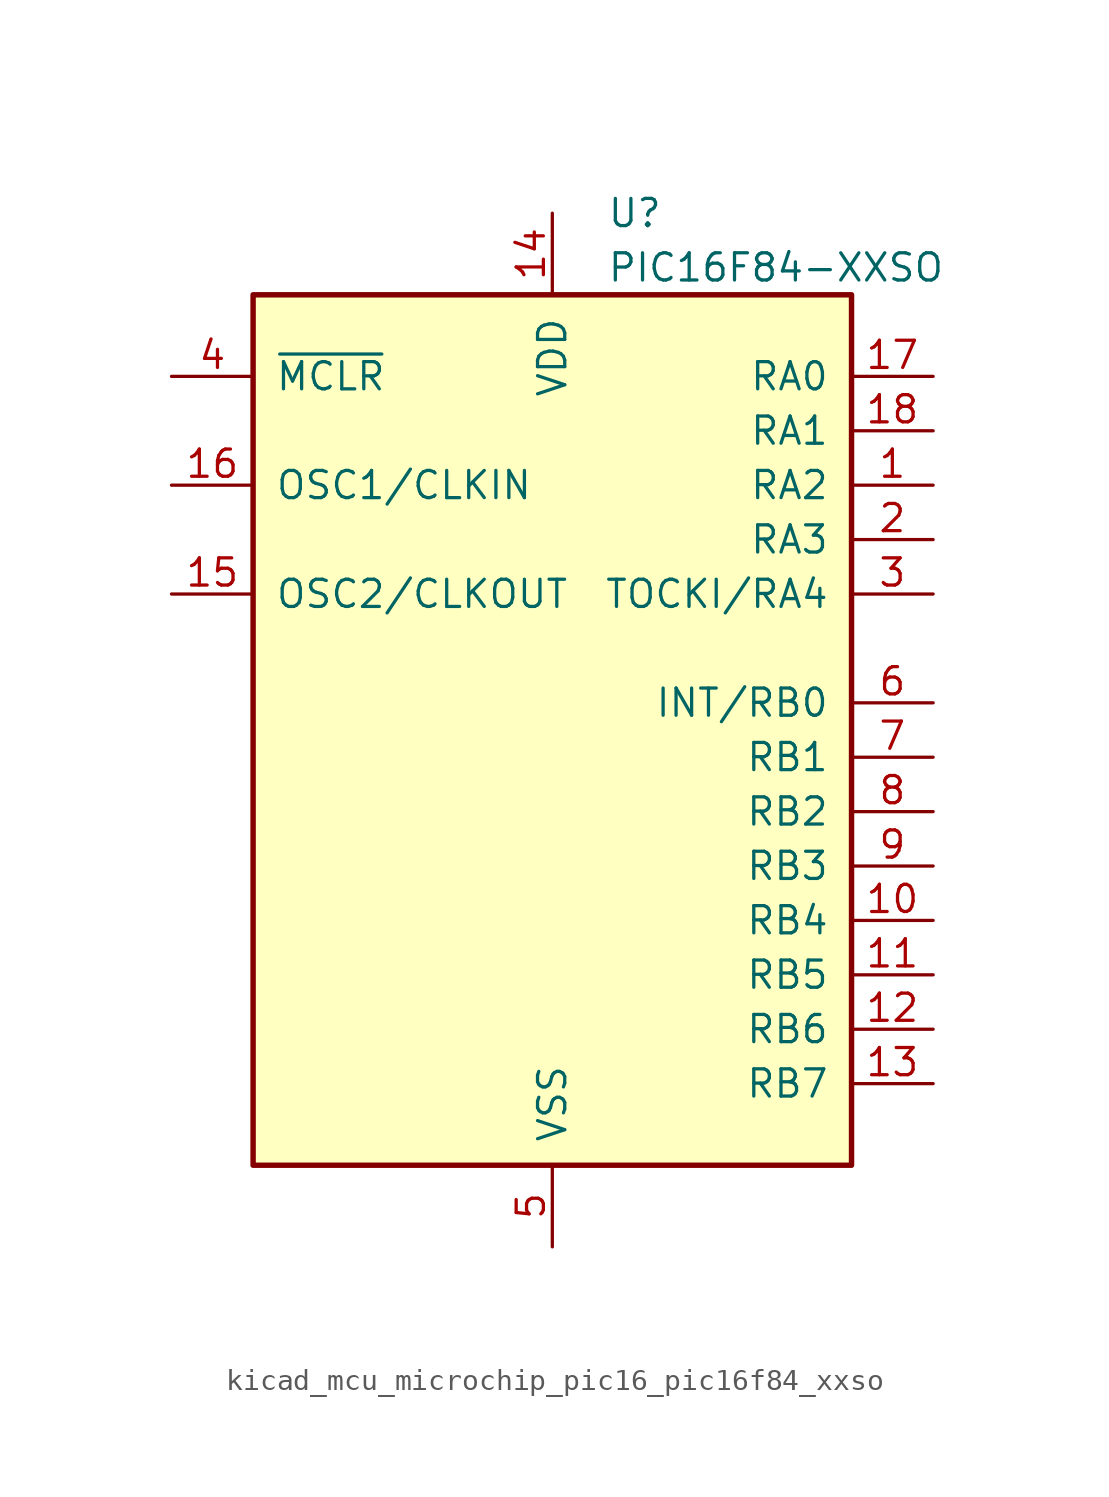
<source format=kicad_sym>
(kicad_symbol_lib
  (version 20220914)
  (generator kicad_symbol_editor)
  (symbol "kicad_mcu_microchip_pic16_pic16f84_xxso"
    (pin_names
      (offset 1.016))
    (property "Reference" "U"
      (at 2.54 22.86 0)
      (effects (font (size 1.27 1.27)) (justify left)))
    (property "Value" "PIC16F84-XXSO"
      (at 2.54 20.32 0)
      (effects (font (size 1.27 1.27)) (justify left)))
    (symbol "kicad_mcu_microchip_pic16_pic16f84_xxso_0_1"
      (rectangle (start -13.97 19.05) (end 13.97 -21.59) (stroke (width 0.254) (type default)) (fill (type background))))
    (symbol "kicad_mcu_microchip_pic16_pic16f84_xxso_1_1"
      (pin bidirectional line (at 17.78 10.16 180) (length 3.81) (name "RA2" (effects (font (size 1.27 1.27)))) (number "1" (effects (font (size 1.27 1.27)))))
      (pin bidirectional line (at 17.78 -10.16 180) (length 3.81) (name "RB4" (effects (font (size 1.27 1.27)))) (number "10" (effects (font (size 1.27 1.27)))))
      (pin bidirectional line (at 17.78 -12.7 180) (length 3.81) (name "RB5" (effects (font (size 1.27 1.27)))) (number "11" (effects (font (size 1.27 1.27)))))
      (pin bidirectional line (at 17.78 -15.24 180) (length 3.81) (name "RB6" (effects (font (size 1.27 1.27)))) (number "12" (effects (font (size 1.27 1.27)))))
      (pin bidirectional line (at 17.78 -17.78 180) (length 3.81) (name "RB7" (effects (font (size 1.27 1.27)))) (number "13" (effects (font (size 1.27 1.27)))))
      (pin power_in line (at 0 22.86 270) (length 3.81) (name "VDD" (effects (font (size 1.27 1.27)))) (number "14" (effects (font (size 1.27 1.27)))))
      (pin output line (at -17.78 5.08 0) (length 3.81) (name "OSC2/CLKOUT" (effects (font (size 1.27 1.27)))) (number "15" (effects (font (size 1.27 1.27)))))
      (pin input line (at -17.78 10.16 0) (length 3.81) (name "OSC1/CLKIN" (effects (font (size 1.27 1.27)))) (number "16" (effects (font (size 1.27 1.27)))))
      (pin bidirectional line (at 17.78 15.24 180) (length 3.81) (name "RA0" (effects (font (size 1.27 1.27)))) (number "17" (effects (font (size 1.27 1.27)))))
      (pin bidirectional line (at 17.78 12.7 180) (length 3.81) (name "RA1" (effects (font (size 1.27 1.27)))) (number "18" (effects (font (size 1.27 1.27)))))
      (pin bidirectional line (at 17.78 7.62 180) (length 3.81) (name "RA3" (effects (font (size 1.27 1.27)))) (number "2" (effects (font (size 1.27 1.27)))))
      (pin bidirectional line (at 17.78 5.08 180) (length 3.81) (name "TOCKI/RA4" (effects (font (size 1.27 1.27)))) (number "3" (effects (font (size 1.27 1.27)))))
      (pin input line (at -17.78 15.24 0) (length 3.81) (name "~{MCLR}" (effects (font (size 1.27 1.27)))) (number "4" (effects (font (size 1.27 1.27)))))
      (pin power_in line (at 0 -25.4 90) (length 3.81) (name "VSS" (effects (font (size 1.27 1.27)))) (number "5" (effects (font (size 1.27 1.27)))))
      (pin bidirectional line (at 17.78 0 180) (length 3.81) (name "INT/RB0" (effects (font (size 1.27 1.27)))) (number "6" (effects (font (size 1.27 1.27)))))
      (pin bidirectional line (at 17.78 -2.54 180) (length 3.81) (name "RB1" (effects (font (size 1.27 1.27)))) (number "7" (effects (font (size 1.27 1.27)))))
      (pin bidirectional line (at 17.78 -5.08 180) (length 3.81) (name "RB2" (effects (font (size 1.27 1.27)))) (number "8" (effects (font (size 1.27 1.27)))))
      (pin bidirectional line (at 17.78 -7.62 180) (length 3.81) (name "RB3" (effects (font (size 1.27 1.27)))) (number "9" (effects (font (size 1.27 1.27))))))))
</source>
